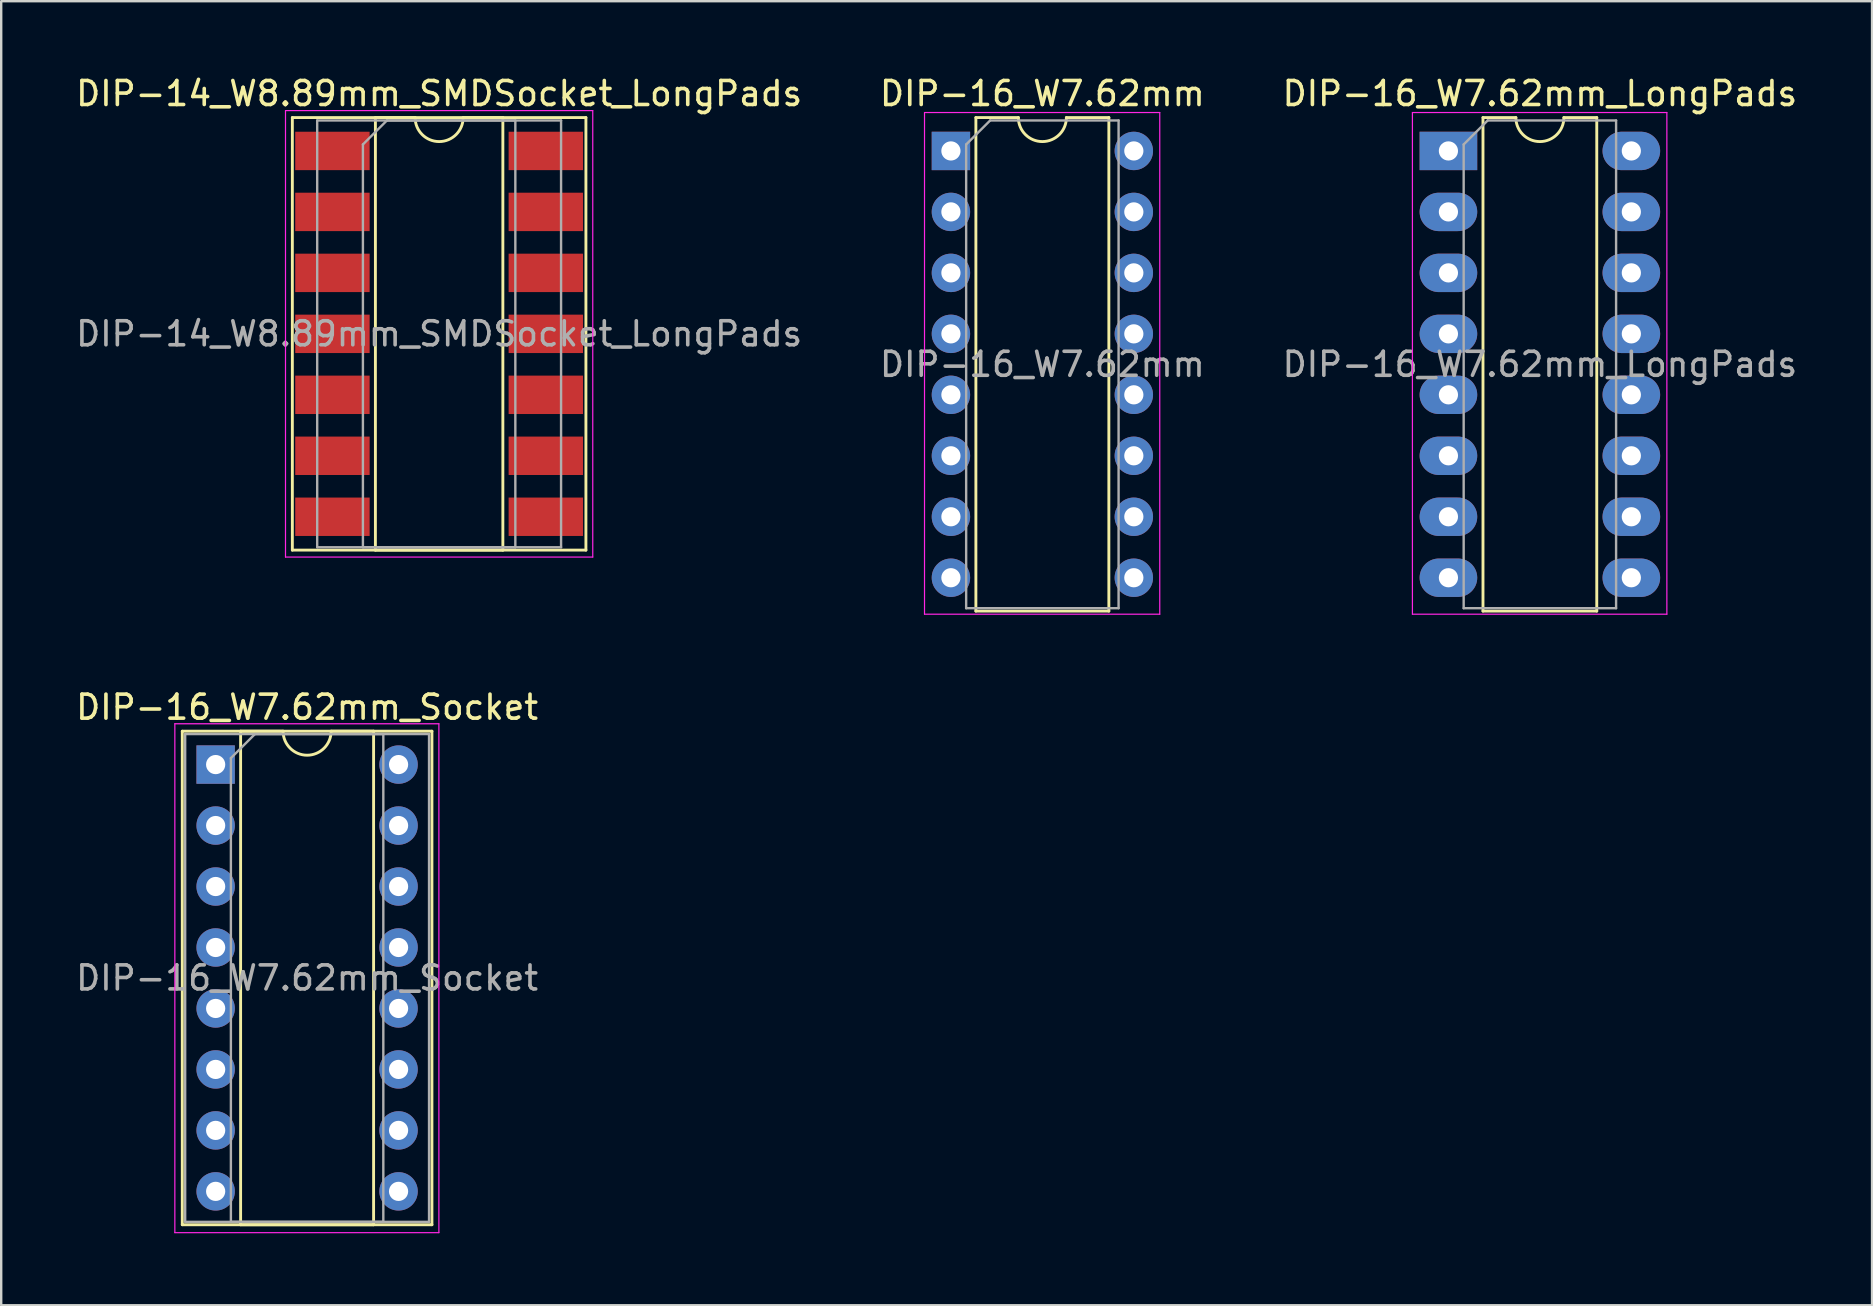
<source format=kicad_pcb>
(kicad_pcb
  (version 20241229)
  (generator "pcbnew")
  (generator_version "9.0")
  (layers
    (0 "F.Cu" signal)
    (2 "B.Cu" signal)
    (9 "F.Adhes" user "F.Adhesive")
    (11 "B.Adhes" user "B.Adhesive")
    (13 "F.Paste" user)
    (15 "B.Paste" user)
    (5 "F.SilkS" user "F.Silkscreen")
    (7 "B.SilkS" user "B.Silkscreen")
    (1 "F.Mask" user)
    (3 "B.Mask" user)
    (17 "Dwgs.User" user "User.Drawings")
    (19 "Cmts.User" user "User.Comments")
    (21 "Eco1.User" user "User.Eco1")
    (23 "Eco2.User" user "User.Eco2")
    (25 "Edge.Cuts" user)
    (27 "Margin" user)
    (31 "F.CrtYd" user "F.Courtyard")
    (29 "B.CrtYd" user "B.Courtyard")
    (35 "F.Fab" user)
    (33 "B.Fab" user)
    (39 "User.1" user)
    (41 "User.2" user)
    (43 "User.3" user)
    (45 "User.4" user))
  (footprint "DIP-16_W7.62mm_LongPads"
    (layer "F.Cu")
    (at 57.291 3.238)
    (property "Reference" "DIP-16_W7.62mm_LongPads" (at 3.81 -2.39 0) (layer "F.SilkS") (effects (font (size 1 1) (thickness 0.15))))
    (attr through_hole)
    (fp_line (start 1.44 -1.39) (end 1.44 19.17) (stroke (width 0.12) (type solid)) (layer "F.SilkS"))
    (fp_line (start 1.44 19.17) (end 6.18 19.17) (stroke (width 0.12) (type solid)) (layer "F.SilkS"))
    (fp_line (start 2.81 -1.39) (end 1.44 -1.39) (stroke (width 0.12) (type solid)) (layer "F.SilkS"))
    (fp_line (start 6.18 -1.39) (end 4.81 -1.39) (stroke (width 0.12) (type solid)) (layer "F.SilkS"))
    (fp_line (start 6.18 19.17) (end 6.18 -1.39) (stroke (width 0.12) (type solid)) (layer "F.SilkS"))
    (fp_arc (start 4.81 -1.39) (mid 3.81 -0.39) (end 2.81 -1.39) (stroke (width 0.12) (type solid)) (layer "F.SilkS"))
    (fp_line (start -1.5 -1.6) (end -1.5 19.3) (stroke (width 0.05) (type solid)) (layer "F.CrtYd"))
    (fp_line (start -1.5 19.3) (end 9.1 19.3) (stroke (width 0.05) (type solid)) (layer "F.CrtYd"))
    (fp_line (start 9.1 -1.6) (end -1.5 -1.6) (stroke (width 0.05) (type solid)) (layer "F.CrtYd"))
    (fp_line (start 9.1 19.3) (end 9.1 -1.6) (stroke (width 0.05) (type solid)) (layer "F.CrtYd"))
    (fp_line (start 0.635 -0.27) (end 1.635 -1.27) (stroke (width 0.1) (type solid)) (layer "F.Fab"))
    (fp_line (start 0.635 19.05) (end 0.635 -0.27) (stroke (width 0.1) (type solid)) (layer "F.Fab"))
    (fp_line (start 1.635 -1.27) (end 6.985 -1.27) (stroke (width 0.1) (type solid)) (layer "F.Fab"))
    (fp_line (start 6.985 -1.27) (end 6.985 19.05) (stroke (width 0.1) (type solid)) (layer "F.Fab"))
    (fp_line (start 6.985 19.05) (end 0.635 19.05) (stroke (width 0.1) (type solid)) (layer "F.Fab"))
    (fp_text user "${REFERENCE}" (at 3.81 8.89 0) (layer "F.Fab") (effects (font (size 1 1) (thickness 0.15))))
    (pad "1" thru_hole rect (at 0 0) (size 2.4 1.6) (drill 0.8) (layers "*.Cu" "*.Mask"))
    (pad "2" thru_hole oval (at 0 2.54) (size 2.4 1.6) (drill 0.8) (layers "*.Cu" "*.Mask"))
    (pad "3" thru_hole oval (at 0 5.08) (size 2.4 1.6) (drill 0.8) (layers "*.Cu" "*.Mask"))
    (pad "4" thru_hole oval (at 0 7.62) (size 2.4 1.6) (drill 0.8) (layers "*.Cu" "*.Mask"))
    (pad "5" thru_hole oval (at 0 10.16) (size 2.4 1.6) (drill 0.8) (layers "*.Cu" "*.Mask"))
    (pad "6" thru_hole oval (at 0 12.7) (size 2.4 1.6) (drill 0.8) (layers "*.Cu" "*.Mask"))
    (pad "7" thru_hole oval (at 0 15.24) (size 2.4 1.6) (drill 0.8) (layers "*.Cu" "*.Mask"))
    (pad "8" thru_hole oval (at 0 17.78) (size 2.4 1.6) (drill 0.8) (layers "*.Cu" "*.Mask"))
    (pad "9" thru_hole oval (at 7.62 17.78) (size 2.4 1.6) (drill 0.8) (layers "*.Cu" "*.Mask"))
    (pad "10" thru_hole oval (at 7.62 15.24) (size 2.4 1.6) (drill 0.8) (layers "*.Cu" "*.Mask"))
    (pad "11" thru_hole oval (at 7.62 12.7) (size 2.4 1.6) (drill 0.8) (layers "*.Cu" "*.Mask"))
    (pad "12" thru_hole oval (at 7.62 10.16) (size 2.4 1.6) (drill 0.8) (layers "*.Cu" "*.Mask"))
    (pad "13" thru_hole oval (at 7.62 7.62) (size 2.4 1.6) (drill 0.8) (layers "*.Cu" "*.Mask"))
    (pad "14" thru_hole oval (at 7.62 5.08) (size 2.4 1.6) (drill 0.8) (layers "*.Cu" "*.Mask"))
    (pad "15" thru_hole oval (at 7.62 2.54) (size 2.4 1.6) (drill 0.8) (layers "*.Cu" "*.Mask"))
    (pad "16" thru_hole oval (at 7.62 0) (size 2.4 1.6) (drill 0.8) (layers "*.Cu" "*.Mask")))
  (footprint "DIP-16_W7.62mm_Socket"
    (layer "F.Cu")
    (at 5.934 28.802)
    (property "Reference" "DIP-16_W7.62mm_Socket" (at 3.81 -2.39 0) (layer "F.SilkS") (effects (font (size 1 1) (thickness 0.15))))
    (attr through_hole)
    (fp_line (start -1.39 -1.39) (end -1.39 19.17) (stroke (width 0.12) (type solid)) (layer "F.SilkS"))
    (fp_line (start -1.39 19.17) (end 9.01 19.17) (stroke (width 0.12) (type solid)) (layer "F.SilkS"))
    (fp_line (start 1.04 -1.39) (end 1.04 19.17) (stroke (width 0.12) (type solid)) (layer "F.SilkS"))
    (fp_line (start 1.04 19.17) (end 6.58 19.17) (stroke (width 0.12) (type solid)) (layer "F.SilkS"))
    (fp_line (start 2.81 -1.39) (end 1.04 -1.39) (stroke (width 0.12) (type solid)) (layer "F.SilkS"))
    (fp_line (start 6.58 -1.39) (end 4.81 -1.39) (stroke (width 0.12) (type solid)) (layer "F.SilkS"))
    (fp_line (start 6.58 19.17) (end 6.58 -1.39) (stroke (width 0.12) (type solid)) (layer "F.SilkS"))
    (fp_line (start 9.01 -1.39) (end -1.39 -1.39) (stroke (width 0.12) (type solid)) (layer "F.SilkS"))
    (fp_line (start 9.01 19.17) (end 9.01 -1.39) (stroke (width 0.12) (type solid)) (layer "F.SilkS"))
    (fp_arc (start 4.81 -1.39) (mid 3.81 -0.39) (end 2.81 -1.39) (stroke (width 0.12) (type solid)) (layer "F.SilkS"))
    (fp_line (start -1.7 -1.7) (end -1.7 19.5) (stroke (width 0.05) (type solid)) (layer "F.CrtYd"))
    (fp_line (start -1.7 19.5) (end 9.3 19.5) (stroke (width 0.05) (type solid)) (layer "F.CrtYd"))
    (fp_line (start 9.3 -1.7) (end -1.7 -1.7) (stroke (width 0.05) (type solid)) (layer "F.CrtYd"))
    (fp_line (start 9.3 19.5) (end 9.3 -1.7) (stroke (width 0.05) (type solid)) (layer "F.CrtYd"))
    (fp_line (start -1.27 -1.27) (end -1.27 19.05) (stroke (width 0.1) (type solid)) (layer "F.Fab"))
    (fp_line (start -1.27 19.05) (end 8.89 19.05) (stroke (width 0.1) (type solid)) (layer "F.Fab"))
    (fp_line (start 0.635 -0.27) (end 1.635 -1.27) (stroke (width 0.1) (type solid)) (layer "F.Fab"))
    (fp_line (start 0.635 19.05) (end 0.635 -0.27) (stroke (width 0.1) (type solid)) (layer "F.Fab"))
    (fp_line (start 1.635 -1.27) (end 6.985 -1.27) (stroke (width 0.1) (type solid)) (layer "F.Fab"))
    (fp_line (start 6.985 -1.27) (end 6.985 19.05) (stroke (width 0.1) (type solid)) (layer "F.Fab"))
    (fp_line (start 6.985 19.05) (end 0.635 19.05) (stroke (width 0.1) (type solid)) (layer "F.Fab"))
    (fp_line (start 8.89 -1.27) (end -1.27 -1.27) (stroke (width 0.1) (type solid)) (layer "F.Fab"))
    (fp_line (start 8.89 19.05) (end 8.89 -1.27) (stroke (width 0.1) (type solid)) (layer "F.Fab"))
    (fp_text user "${REFERENCE}" (at 3.81 8.89 0) (layer "F.Fab") (effects (font (size 1 1) (thickness 0.15))))
    (pad "1" thru_hole rect (at 0 0) (size 1.6 1.6) (drill 0.8) (layers "*.Cu" "*.Mask"))
    (pad "2" thru_hole oval (at 0 2.54) (size 1.6 1.6) (drill 0.8) (layers "*.Cu" "*.Mask"))
    (pad "3" thru_hole oval (at 0 5.08) (size 1.6 1.6) (drill 0.8) (layers "*.Cu" "*.Mask"))
    (pad "4" thru_hole oval (at 0 7.62) (size 1.6 1.6) (drill 0.8) (layers "*.Cu" "*.Mask"))
    (pad "5" thru_hole oval (at 0 10.16) (size 1.6 1.6) (drill 0.8) (layers "*.Cu" "*.Mask"))
    (pad "6" thru_hole oval (at 0 12.7) (size 1.6 1.6) (drill 0.8) (layers "*.Cu" "*.Mask"))
    (pad "7" thru_hole oval (at 0 15.24) (size 1.6 1.6) (drill 0.8) (layers "*.Cu" "*.Mask"))
    (pad "8" thru_hole oval (at 0 17.78) (size 1.6 1.6) (drill 0.8) (layers "*.Cu" "*.Mask"))
    (pad "9" thru_hole oval (at 7.62 17.78) (size 1.6 1.6) (drill 0.8) (layers "*.Cu" "*.Mask"))
    (pad "10" thru_hole oval (at 7.62 15.24) (size 1.6 1.6) (drill 0.8) (layers "*.Cu" "*.Mask"))
    (pad "11" thru_hole oval (at 7.62 12.7) (size 1.6 1.6) (drill 0.8) (layers "*.Cu" "*.Mask"))
    (pad "12" thru_hole oval (at 7.62 10.16) (size 1.6 1.6) (drill 0.8) (layers "*.Cu" "*.Mask"))
    (pad "13" thru_hole oval (at 7.62 7.62) (size 1.6 1.6) (drill 0.8) (layers "*.Cu" "*.Mask"))
    (pad "14" thru_hole oval (at 7.62 5.08) (size 1.6 1.6) (drill 0.8) (layers "*.Cu" "*.Mask"))
    (pad "15" thru_hole oval (at 7.62 2.54) (size 1.6 1.6) (drill 0.8) (layers "*.Cu" "*.Mask"))
    (pad "16" thru_hole oval (at 7.62 0) (size 1.6 1.6) (drill 0.8) (layers "*.Cu" "*.Mask")))
  (footprint "DIP-14_W8.89mm_SMDSocket_LongPads"
    (layer "F.Cu")
    (at 15.244 10.858)
    (property "Reference" "DIP-14_W8.89mm_SMDSocket_LongPads" (at 0 -10.01 0) (layer "F.SilkS") (effects (font (size 1 1) (thickness 0.15))))
    (attr smd)
    (fp_line (start -6.115 -9.01) (end -6.115 9.01) (stroke (width 0.12) (type solid)) (layer "F.SilkS"))
    (fp_line (start -6.115 9.01) (end 6.115 9.01) (stroke (width 0.12) (type solid)) (layer "F.SilkS"))
    (fp_line (start -2.655 -9.01) (end -2.655 9.01) (stroke (width 0.12) (type solid)) (layer "F.SilkS"))
    (fp_line (start -2.655 9.01) (end 2.655 9.01) (stroke (width 0.12) (type solid)) (layer "F.SilkS"))
    (fp_line (start -1 -9.01) (end -2.655 -9.01) (stroke (width 0.12) (type solid)) (layer "F.SilkS"))
    (fp_line (start 2.655 -9.01) (end 1 -9.01) (stroke (width 0.12) (type solid)) (layer "F.SilkS"))
    (fp_line (start 2.655 9.01) (end 2.655 -9.01) (stroke (width 0.12) (type solid)) (layer "F.SilkS"))
    (fp_line (start 6.115 -9.01) (end -6.115 -9.01) (stroke (width 0.12) (type solid)) (layer "F.SilkS"))
    (fp_line (start 6.115 9.01) (end 6.115 -9.01) (stroke (width 0.12) (type solid)) (layer "F.SilkS"))
    (fp_arc (start 1 -9.01) (mid 0 -8.01) (end -1 -9.01) (stroke (width 0.12) (type solid)) (layer "F.SilkS"))
    (fp_line (start -6.4 -9.3) (end -6.4 9.3) (stroke (width 0.05) (type solid)) (layer "F.CrtYd"))
    (fp_line (start -6.4 9.3) (end 6.4 9.3) (stroke (width 0.05) (type solid)) (layer "F.CrtYd"))
    (fp_line (start 6.4 -9.3) (end -6.4 -9.3) (stroke (width 0.05) (type solid)) (layer "F.CrtYd"))
    (fp_line (start 6.4 9.3) (end 6.4 -9.3) (stroke (width 0.05) (type solid)) (layer "F.CrtYd"))
    (fp_line (start -5.08 -8.89) (end -5.08 8.89) (stroke (width 0.1) (type solid)) (layer "F.Fab"))
    (fp_line (start -5.08 8.89) (end 5.08 8.89) (stroke (width 0.1) (type solid)) (layer "F.Fab"))
    (fp_line (start -3.175 -7.89) (end -2.175 -8.89) (stroke (width 0.1) (type solid)) (layer "F.Fab"))
    (fp_line (start -3.175 8.89) (end -3.175 -7.89) (stroke (width 0.1) (type solid)) (layer "F.Fab"))
    (fp_line (start -2.175 -8.89) (end 3.175 -8.89) (stroke (width 0.1) (type solid)) (layer "F.Fab"))
    (fp_line (start 3.175 -8.89) (end 3.175 8.89) (stroke (width 0.1) (type solid)) (layer "F.Fab"))
    (fp_line (start 3.175 8.89) (end -3.175 8.89) (stroke (width 0.1) (type solid)) (layer "F.Fab"))
    (fp_line (start 5.08 -8.89) (end -5.08 -8.89) (stroke (width 0.1) (type solid)) (layer "F.Fab"))
    (fp_line (start 5.08 8.89) (end 5.08 -8.89) (stroke (width 0.1) (type solid)) (layer "F.Fab"))
    (fp_text user "${REFERENCE}" (at 0 0 0) (layer "F.Fab") (effects (font (size 1 1) (thickness 0.15))))
    (pad "1" smd rect (at -4.445 -7.62) (size 3.1 1.6) (layers "F.Cu" "F.Mask" "F.Paste"))
    (pad "2" smd rect (at -4.445 -5.08) (size 3.1 1.6) (layers "F.Cu" "F.Mask" "F.Paste"))
    (pad "3" smd rect (at -4.445 -2.54) (size 3.1 1.6) (layers "F.Cu" "F.Mask" "F.Paste"))
    (pad "4" smd rect (at -4.445 0) (size 3.1 1.6) (layers "F.Cu" "F.Mask" "F.Paste"))
    (pad "5" smd rect (at -4.445 2.54) (size 3.1 1.6) (layers "F.Cu" "F.Mask" "F.Paste"))
    (pad "6" smd rect (at -4.445 5.08) (size 3.1 1.6) (layers "F.Cu" "F.Mask" "F.Paste"))
    (pad "7" smd rect (at -4.445 7.62) (size 3.1 1.6) (layers "F.Cu" "F.Mask" "F.Paste"))
    (pad "8" smd rect (at 4.445 7.62) (size 3.1 1.6) (layers "F.Cu" "F.Mask" "F.Paste"))
    (pad "9" smd rect (at 4.445 5.08) (size 3.1 1.6) (layers "F.Cu" "F.Mask" "F.Paste"))
    (pad "10" smd rect (at 4.445 2.54) (size 3.1 1.6) (layers "F.Cu" "F.Mask" "F.Paste"))
    (pad "11" smd rect (at 4.445 0) (size 3.1 1.6) (layers "F.Cu" "F.Mask" "F.Paste"))
    (pad "12" smd rect (at 4.445 -2.54) (size 3.1 1.6) (layers "F.Cu" "F.Mask" "F.Paste"))
    (pad "13" smd rect (at 4.445 -5.08) (size 3.1 1.6) (layers "F.Cu" "F.Mask" "F.Paste"))
    (pad "14" smd rect (at 4.445 -7.62) (size 3.1 1.6) (layers "F.Cu" "F.Mask" "F.Paste")))
  (footprint "DIP-16_W7.62mm"
    (layer "F.Cu")
    (at 36.565 3.238)
    (property "Reference" "DIP-16_W7.62mm" (at 3.81 -2.39 0) (layer "F.SilkS") (effects (font (size 1 1) (thickness 0.15))))
    (attr through_hole)
    (fp_line (start 1.04 -1.39) (end 1.04 19.17) (stroke (width 0.12) (type solid)) (layer "F.SilkS"))
    (fp_line (start 1.04 19.17) (end 6.58 19.17) (stroke (width 0.12) (type solid)) (layer "F.SilkS"))
    (fp_line (start 2.81 -1.39) (end 1.04 -1.39) (stroke (width 0.12) (type solid)) (layer "F.SilkS"))
    (fp_line (start 6.58 -1.39) (end 4.81 -1.39) (stroke (width 0.12) (type solid)) (layer "F.SilkS"))
    (fp_line (start 6.58 19.17) (end 6.58 -1.39) (stroke (width 0.12) (type solid)) (layer "F.SilkS"))
    (fp_arc (start 4.81 -1.39) (mid 3.81 -0.39) (end 2.81 -1.39) (stroke (width 0.12) (type solid)) (layer "F.SilkS"))
    (fp_line (start -1.1 -1.6) (end -1.1 19.3) (stroke (width 0.05) (type solid)) (layer "F.CrtYd"))
    (fp_line (start -1.1 19.3) (end 8.7 19.3) (stroke (width 0.05) (type solid)) (layer "F.CrtYd"))
    (fp_line (start 8.7 -1.6) (end -1.1 -1.6) (stroke (width 0.05) (type solid)) (layer "F.CrtYd"))
    (fp_line (start 8.7 19.3) (end 8.7 -1.6) (stroke (width 0.05) (type solid)) (layer "F.CrtYd"))
    (fp_line (start 0.635 -0.27) (end 1.635 -1.27) (stroke (width 0.1) (type solid)) (layer "F.Fab"))
    (fp_line (start 0.635 19.05) (end 0.635 -0.27) (stroke (width 0.1) (type solid)) (layer "F.Fab"))
    (fp_line (start 1.635 -1.27) (end 6.985 -1.27) (stroke (width 0.1) (type solid)) (layer "F.Fab"))
    (fp_line (start 6.985 -1.27) (end 6.985 19.05) (stroke (width 0.1) (type solid)) (layer "F.Fab"))
    (fp_line (start 6.985 19.05) (end 0.635 19.05) (stroke (width 0.1) (type solid)) (layer "F.Fab"))
    (fp_text user "${REFERENCE}" (at 3.81 8.89 0) (layer "F.Fab") (effects (font (size 1 1) (thickness 0.15))))
    (pad "1" thru_hole rect (at 0 0) (size 1.6 1.6) (drill 0.8) (layers "*.Cu" "*.Mask"))
    (pad "2" thru_hole oval (at 0 2.54) (size 1.6 1.6) (drill 0.8) (layers "*.Cu" "*.Mask"))
    (pad "3" thru_hole oval (at 0 5.08) (size 1.6 1.6) (drill 0.8) (layers "*.Cu" "*.Mask"))
    (pad "4" thru_hole oval (at 0 7.62) (size 1.6 1.6) (drill 0.8) (layers "*.Cu" "*.Mask"))
    (pad "5" thru_hole oval (at 0 10.16) (size 1.6 1.6) (drill 0.8) (layers "*.Cu" "*.Mask"))
    (pad "6" thru_hole oval (at 0 12.7) (size 1.6 1.6) (drill 0.8) (layers "*.Cu" "*.Mask"))
    (pad "7" thru_hole oval (at 0 15.24) (size 1.6 1.6) (drill 0.8) (layers "*.Cu" "*.Mask"))
    (pad "8" thru_hole oval (at 0 17.78) (size 1.6 1.6) (drill 0.8) (layers "*.Cu" "*.Mask"))
    (pad "9" thru_hole oval (at 7.62 17.78) (size 1.6 1.6) (drill 0.8) (layers "*.Cu" "*.Mask"))
    (pad "10" thru_hole oval (at 7.62 15.24) (size 1.6 1.6) (drill 0.8) (layers "*.Cu" "*.Mask"))
    (pad "11" thru_hole oval (at 7.62 12.7) (size 1.6 1.6) (drill 0.8) (layers "*.Cu" "*.Mask"))
    (pad "12" thru_hole oval (at 7.62 10.16) (size 1.6 1.6) (drill 0.8) (layers "*.Cu" "*.Mask"))
    (pad "13" thru_hole oval (at 7.62 7.62) (size 1.6 1.6) (drill 0.8) (layers "*.Cu" "*.Mask"))
    (pad "14" thru_hole oval (at 7.62 5.08) (size 1.6 1.6) (drill 0.8) (layers "*.Cu" "*.Mask"))
    (pad "15" thru_hole oval (at 7.62 2.54) (size 1.6 1.6) (drill 0.8) (layers "*.Cu" "*.Mask"))
    (pad "16" thru_hole oval (at 7.62 0) (size 1.6 1.6) (drill 0.8) (layers "*.Cu" "*.Mask")))
  (gr_rect
    (start -3 -3)
    (end 74.94 51.327)
    (stroke (width 0.1) (type default))
    (fill no)
    (layer "Edge.Cuts")))
</source>
